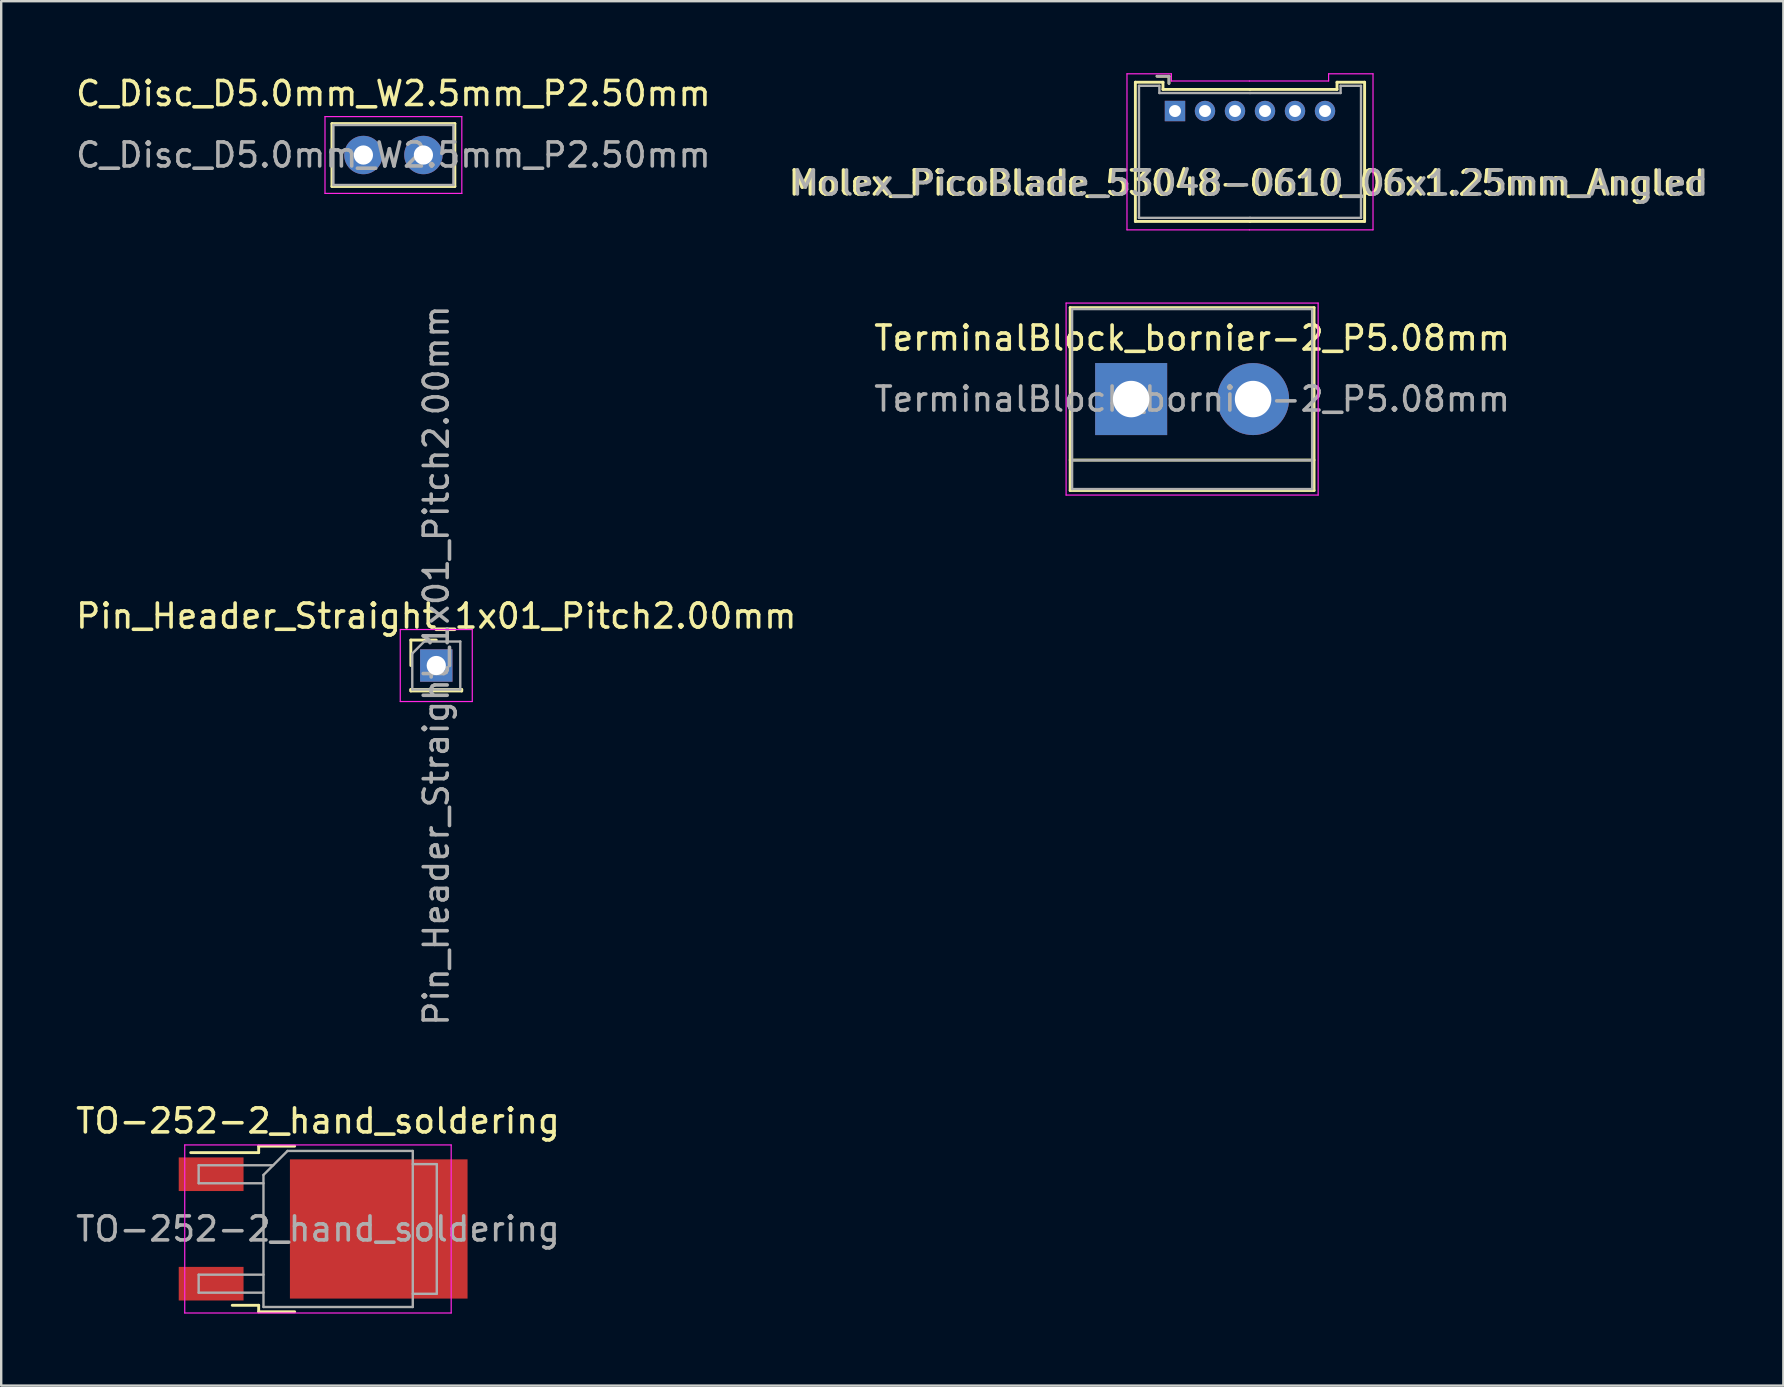
<source format=kicad_pcb>
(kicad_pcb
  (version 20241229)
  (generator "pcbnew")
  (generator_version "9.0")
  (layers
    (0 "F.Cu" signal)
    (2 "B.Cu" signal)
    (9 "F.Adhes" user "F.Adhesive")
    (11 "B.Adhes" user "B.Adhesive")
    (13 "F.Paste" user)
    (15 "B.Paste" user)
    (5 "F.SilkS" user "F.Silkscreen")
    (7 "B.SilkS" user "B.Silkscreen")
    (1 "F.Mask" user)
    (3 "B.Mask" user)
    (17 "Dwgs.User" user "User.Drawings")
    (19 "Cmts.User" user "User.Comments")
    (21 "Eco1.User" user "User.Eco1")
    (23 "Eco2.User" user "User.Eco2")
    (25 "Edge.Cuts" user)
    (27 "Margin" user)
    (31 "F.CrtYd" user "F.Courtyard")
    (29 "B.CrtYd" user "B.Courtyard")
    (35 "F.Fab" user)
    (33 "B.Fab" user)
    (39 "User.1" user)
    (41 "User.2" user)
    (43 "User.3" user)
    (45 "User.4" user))
  (footprint "Molex_PicoBlade_53048-0610_06x1.25mm_Angled"
    (layer "F.Cu")
    (at 45.899 1.575)
    (property "Reference" "Molex_PicoBlade_53048-0610_06x1.25mm_Angled" (at 3 3 0) (layer "F.SilkS") (effects (font (size 1 1) (thickness 0.15))))
    (attr through_hole)
    (fp_line (start -1.65 -1.2) (end -1.65 4.6) (stroke (width 0.12) (type solid)) (layer "F.SilkS"))
    (fp_line (start -1.65 4.6) (end 3.125 4.6) (stroke (width 0.12) (type solid)) (layer "F.SilkS"))
    (fp_line (start -0.5 -1.2) (end -1.65 -1.2) (stroke (width 0.12) (type solid)) (layer "F.SilkS"))
    (fp_line (start -0.5 -0.9) (end -0.5 -1.2) (stroke (width 0.12) (type solid)) (layer "F.SilkS"))
    (fp_line (start -0.25 -1.45) (end -0.75 -1.45) (stroke (width 0.12) (type solid)) (layer "F.SilkS"))
    (fp_line (start -0.25 -1.15) (end -0.25 -1.45) (stroke (width 0.12) (type solid)) (layer "F.SilkS"))
    (fp_line (start 3.125 -0.9) (end -0.5 -0.9) (stroke (width 0.12) (type solid)) (layer "F.SilkS"))
    (fp_line (start 3.125 -0.9) (end 6.75 -0.9) (stroke (width 0.12) (type solid)) (layer "F.SilkS"))
    (fp_line (start 6.75 -1.2) (end 7.9 -1.2) (stroke (width 0.12) (type solid)) (layer "F.SilkS"))
    (fp_line (start 6.75 -0.9) (end 6.75 -1.2) (stroke (width 0.12) (type solid)) (layer "F.SilkS"))
    (fp_line (start 7.9 -1.2) (end 7.9 4.6) (stroke (width 0.12) (type solid)) (layer "F.SilkS"))
    (fp_line (start 7.9 4.6) (end 3.125 4.6) (stroke (width 0.12) (type solid)) (layer "F.SilkS"))
    (fp_line (start -2 -1.55) (end -2 4.95) (stroke (width 0.05) (type solid)) (layer "F.CrtYd"))
    (fp_line (start -2 4.95) (end 3.1 4.95) (stroke (width 0.05) (type solid)) (layer "F.CrtYd"))
    (fp_line (start -0.15 -1.55) (end -2 -1.55) (stroke (width 0.05) (type solid)) (layer "F.CrtYd"))
    (fp_line (start -0.15 -1.25) (end -0.15 -1.55) (stroke (width 0.05) (type solid)) (layer "F.CrtYd"))
    (fp_line (start 3.1 -1.25) (end -0.15 -1.25) (stroke (width 0.05) (type solid)) (layer "F.CrtYd"))
    (fp_line (start 3.1 -1.25) (end 6.4 -1.25) (stroke (width 0.05) (type solid)) (layer "F.CrtYd"))
    (fp_line (start 6.4 -1.55) (end 8.25 -1.55) (stroke (width 0.05) (type solid)) (layer "F.CrtYd"))
    (fp_line (start 6.4 -1.25) (end 6.4 -1.55) (stroke (width 0.05) (type solid)) (layer "F.CrtYd"))
    (fp_line (start 8.25 -1.55) (end 8.25 4.95) (stroke (width 0.05) (type solid)) (layer "F.CrtYd"))
    (fp_line (start 8.25 4.95) (end 3.1 4.95) (stroke (width 0.05) (type solid)) (layer "F.CrtYd"))
    (fp_line (start -1.5 -1.05) (end -1.5 4.45) (stroke (width 0.1) (type solid)) (layer "F.Fab"))
    (fp_line (start -1.5 4.45) (end 3.125 4.45) (stroke (width 0.1) (type solid)) (layer "F.Fab"))
    (fp_line (start -0.65 -1.05) (end -1.5 -1.05) (stroke (width 0.1) (type solid)) (layer "F.Fab"))
    (fp_line (start -0.65 -0.75) (end -0.65 -1.05) (stroke (width 0.1) (type solid)) (layer "F.Fab"))
    (fp_line (start -0.25 -1.45) (end -0.75 -1.45) (stroke (width 0.1) (type solid)) (layer "F.Fab"))
    (fp_line (start -0.25 -1.15) (end -0.25 -1.45) (stroke (width 0.1) (type solid)) (layer "F.Fab"))
    (fp_line (start 3.125 -0.75) (end -0.65 -0.75) (stroke (width 0.1) (type solid)) (layer "F.Fab"))
    (fp_line (start 3.125 -0.75) (end 6.9 -0.75) (stroke (width 0.1) (type solid)) (layer "F.Fab"))
    (fp_line (start 6.9 -1.05) (end 7.75 -1.05) (stroke (width 0.1) (type solid)) (layer "F.Fab"))
    (fp_line (start 6.9 -0.75) (end 6.9 -1.05) (stroke (width 0.1) (type solid)) (layer "F.Fab"))
    (fp_line (start 7.75 -1.05) (end 7.75 4.45) (stroke (width 0.1) (type solid)) (layer "F.Fab"))
    (fp_line (start 7.75 4.45) (end 3.125 4.45) (stroke (width 0.1) (type solid)) (layer "F.Fab"))
    (fp_text user "${REFERENCE}" (at 3.125 3 0) (layer "F.Fab") (effects (font (size 1 1) (thickness 0.15))))
    (pad "1" thru_hole rect (at 0 0) (size 0.85 0.85) (drill 0.5) (layers "*.Cu" "*.Mask"))
    (pad "2" thru_hole circle (at 1.25 0) (size 0.85 0.85) (drill 0.5) (layers "*.Cu" "*.Mask"))
    (pad "3" thru_hole circle (at 2.5 0) (size 0.85 0.85) (drill 0.5) (layers "*.Cu" "*.Mask"))
    (pad "4" thru_hole circle (at 3.75 0) (size 0.85 0.85) (drill 0.5) (layers "*.Cu" "*.Mask"))
    (pad "5" thru_hole circle (at 5 0) (size 0.85 0.85) (drill 0.5) (layers "*.Cu" "*.Mask"))
    (pad "6" thru_hole circle (at 6.25 0) (size 0.85 0.85) (drill 0.5) (layers "*.Cu" "*.Mask")))
  (footprint "C_Disc_D5.0mm_W2.5mm_P2.50mm"
    (layer "F.Cu")
    (at 12.089 3.408)
    (property "Reference" "C_Disc_D5.0mm_W2.5mm_P2.50mm" (at 1.25 -2.56 0) (layer "F.SilkS") (effects (font (size 1 1) (thickness 0.15))))
    (attr through_hole)
    (fp_line (start -1.31 -1.31) (end -1.31 1.31) (stroke (width 0.12) (type solid)) (layer "F.SilkS"))
    (fp_line (start -1.31 -1.31) (end 3.81 -1.31) (stroke (width 0.12) (type solid)) (layer "F.SilkS"))
    (fp_line (start -1.31 1.31) (end 3.81 1.31) (stroke (width 0.12) (type solid)) (layer "F.SilkS"))
    (fp_line (start 3.81 -1.31) (end 3.81 1.31) (stroke (width 0.12) (type solid)) (layer "F.SilkS"))
    (fp_line (start -1.6 -1.6) (end -1.6 1.6) (stroke (width 0.05) (type solid)) (layer "F.CrtYd"))
    (fp_line (start -1.6 1.6) (end 4.1 1.6) (stroke (width 0.05) (type solid)) (layer "F.CrtYd"))
    (fp_line (start 4.1 -1.6) (end -1.6 -1.6) (stroke (width 0.05) (type solid)) (layer "F.CrtYd"))
    (fp_line (start 4.1 1.6) (end 4.1 -1.6) (stroke (width 0.05) (type solid)) (layer "F.CrtYd"))
    (fp_line (start -1.25 -1.25) (end -1.25 1.25) (stroke (width 0.1) (type solid)) (layer "F.Fab"))
    (fp_line (start -1.25 1.25) (end 3.75 1.25) (stroke (width 0.1) (type solid)) (layer "F.Fab"))
    (fp_line (start 3.75 -1.25) (end -1.25 -1.25) (stroke (width 0.1) (type solid)) (layer "F.Fab"))
    (fp_line (start 3.75 1.25) (end 3.75 -1.25) (stroke (width 0.1) (type solid)) (layer "F.Fab"))
    (fp_text user "${REFERENCE}" (at 1.25 0 0) (layer "F.Fab") (effects (font (size 1 1) (thickness 0.15))))
    (pad "1" thru_hole circle (at 0 0) (size 1.6 1.6) (drill 0.8) (layers "*.Cu" "*.Mask"))
    (pad "2" thru_hole circle (at 2.5 0) (size 1.6 1.6) (drill 0.8) (layers "*.Cu" "*.Mask")))
  (footprint "Pin_Header_Straight_1x01_Pitch2.00mm"
    (layer "F.Cu")
    (at 15.125 24.675)
    (property "Reference" "Pin_Header_Straight_1x01_Pitch2.00mm" (at 0 -2.06 0) (layer "F.SilkS") (effects (font (size 1 1) (thickness 0.15))))
    (attr through_hole)
    (fp_line (start -1.06 -1.06) (end 0 -1.06) (stroke (width 0.12) (type solid)) (layer "F.SilkS"))
    (fp_line (start -1.06 0) (end -1.06 -1.06) (stroke (width 0.12) (type solid)) (layer "F.SilkS"))
    (fp_line (start -1.06 1) (end -1.06 1.06) (stroke (width 0.12) (type solid)) (layer "F.SilkS"))
    (fp_line (start -1.06 1) (end 1.06 1) (stroke (width 0.12) (type solid)) (layer "F.SilkS"))
    (fp_line (start -1.06 1.06) (end 1.06 1.06) (stroke (width 0.12) (type solid)) (layer "F.SilkS"))
    (fp_line (start 1.06 1) (end 1.06 1.06) (stroke (width 0.12) (type solid)) (layer "F.SilkS"))
    (fp_line (start -1.5 -1.5) (end -1.5 1.5) (stroke (width 0.05) (type solid)) (layer "F.CrtYd"))
    (fp_line (start -1.5 1.5) (end 1.5 1.5) (stroke (width 0.05) (type solid)) (layer "F.CrtYd"))
    (fp_line (start 1.5 -1.5) (end -1.5 -1.5) (stroke (width 0.05) (type solid)) (layer "F.CrtYd"))
    (fp_line (start 1.5 1.5) (end 1.5 -1.5) (stroke (width 0.05) (type solid)) (layer "F.CrtYd"))
    (fp_line (start -1 -0.5) (end -0.5 -1) (stroke (width 0.1) (type solid)) (layer "F.Fab"))
    (fp_line (start -1 1) (end -1 -0.5) (stroke (width 0.1) (type solid)) (layer "F.Fab"))
    (fp_line (start -0.5 -1) (end 1 -1) (stroke (width 0.1) (type solid)) (layer "F.Fab"))
    (fp_line (start 1 -1) (end 1 1) (stroke (width 0.1) (type solid)) (layer "F.Fab"))
    (fp_line (start 1 1) (end -1 1) (stroke (width 0.1) (type solid)) (layer "F.Fab"))
    (fp_text user "${REFERENCE}" (at 0 0 90) (layer "F.Fab") (effects (font (size 1 1) (thickness 0.15))))
    (pad "1" thru_hole rect (at 0 0) (size 1.35 1.35) (drill 0.8) (layers "*.Cu" "*.Mask")))
  (footprint "TO-252-2_hand_soldering"
    (layer "F.Cu")
    (at 10.196 48.148)
    (property "Reference" "TO-252-2_hand_soldering" (at 0 -4.5 0) (layer "F.SilkS") (effects (font (size 1 1) (thickness 0.15))))
    (attr smd)
    (fp_line (start -2.47 -3.45) (end -2.47 -3.18) (stroke (width 0.12) (type solid)) (layer "F.SilkS"))
    (fp_line (start -2.47 -3.18) (end -5.3 -3.18) (stroke (width 0.12) (type solid)) (layer "F.SilkS"))
    (fp_line (start -2.47 3.18) (end -3.57 3.18) (stroke (width 0.12) (type solid)) (layer "F.SilkS"))
    (fp_line (start -2.47 3.45) (end -2.47 3.18) (stroke (width 0.12) (type solid)) (layer "F.SilkS"))
    (fp_line (start -0.97 -3.45) (end -2.47 -3.45) (stroke (width 0.12) (type solid)) (layer "F.SilkS"))
    (fp_line (start -0.97 3.45) (end -2.47 3.45) (stroke (width 0.12) (type solid)) (layer "F.SilkS"))
    (fp_line (start -5.55 -3.5) (end -5.55 3.5) (stroke (width 0.05) (type solid)) (layer "F.CrtYd"))
    (fp_line (start -5.55 3.5) (end 5.55 3.5) (stroke (width 0.05) (type solid)) (layer "F.CrtYd"))
    (fp_line (start 5.55 -3.5) (end -5.55 -3.5) (stroke (width 0.05) (type solid)) (layer "F.CrtYd"))
    (fp_line (start 5.55 3.5) (end 5.55 -3.5) (stroke (width 0.05) (type solid)) (layer "F.CrtYd"))
    (fp_line (start -4.97 -2.655) (end -4.97 -1.905) (stroke (width 0.1) (type solid)) (layer "F.Fab"))
    (fp_line (start -4.97 -1.905) (end -2.27 -1.905) (stroke (width 0.1) (type solid)) (layer "F.Fab"))
    (fp_line (start -4.97 1.905) (end -4.97 2.655) (stroke (width 0.1) (type solid)) (layer "F.Fab"))
    (fp_line (start -4.97 2.655) (end -2.27 2.655) (stroke (width 0.1) (type solid)) (layer "F.Fab"))
    (fp_line (start -2.27 -2.25) (end -1.27 -3.25) (stroke (width 0.1) (type solid)) (layer "F.Fab"))
    (fp_line (start -2.27 1.905) (end -4.97 1.905) (stroke (width 0.1) (type solid)) (layer "F.Fab"))
    (fp_line (start -2.27 3.25) (end -2.27 -2.25) (stroke (width 0.1) (type solid)) (layer "F.Fab"))
    (fp_line (start -1.865 -2.655) (end -4.97 -2.655) (stroke (width 0.1) (type solid)) (layer "F.Fab"))
    (fp_line (start -1.27 -3.25) (end 3.95 -3.25) (stroke (width 0.1) (type solid)) (layer "F.Fab"))
    (fp_line (start 3.95 -3.25) (end 3.95 3.25) (stroke (width 0.1) (type solid)) (layer "F.Fab"))
    (fp_line (start 3.95 -2.7) (end 4.95 -2.7) (stroke (width 0.1) (type solid)) (layer "F.Fab"))
    (fp_line (start 3.95 3.25) (end -2.27 3.25) (stroke (width 0.1) (type solid)) (layer "F.Fab"))
    (fp_line (start 4.95 -2.7) (end 4.95 2.7) (stroke (width 0.1) (type solid)) (layer "F.Fab"))
    (fp_line (start 4.95 2.7) (end 3.95 2.7) (stroke (width 0.1) (type solid)) (layer "F.Fab"))
    (fp_text user "${REFERENCE}" (at 0 0 0) (layer "F.Fab") (effects (font (size 1 1) (thickness 0.15))))
    (pad "1" smd rect (at -4.45 -2.28) (size 2.7 1.4) (layers "F.Cu" "F.Mask" "F.Paste"))
    (pad "2" smd rect (at 2.532 0) (size 7.4 5.8) (layers "F.Cu" "F.Mask"))
    (pad "3" smd rect (at -4.45 2.28) (size 2.7 1.4) (layers "F.Cu" "F.Mask" "F.Paste")))
  (footprint "TerminalBlock_bornier-2_P5.08mm"
    (layer "F.Cu")
    (at 44.073 13.575)
    (property "Reference" "TerminalBlock_bornier-2_P5.08mm" (at 2.54 -2.54 0) (layer "F.SilkS") (effects (font (size 1 1) (thickness 0.15))))
    (attr through_hole)
    (fp_line (start -2.54 -3.81) (end -2.54 3.81) (stroke (width 0.12) (type solid)) (layer "F.SilkS"))
    (fp_line (start -2.54 3.81) (end 7.62 3.81) (stroke (width 0.12) (type solid)) (layer "F.SilkS"))
    (fp_line (start 7.62 -3.81) (end -2.54 -3.81) (stroke (width 0.12) (type solid)) (layer "F.SilkS"))
    (fp_line (start 7.62 2.54) (end -2.54 2.54) (stroke (width 0.12) (type solid)) (layer "F.SilkS"))
    (fp_line (start 7.62 3.81) (end 7.62 -3.81) (stroke (width 0.12) (type solid)) (layer "F.SilkS"))
    (fp_line (start -2.71 -4) (end -2.71 4) (stroke (width 0.05) (type solid)) (layer "F.CrtYd"))
    (fp_line (start -2.71 -4) (end 7.79 -4) (stroke (width 0.05) (type solid)) (layer "F.CrtYd"))
    (fp_line (start 7.79 4) (end -2.71 4) (stroke (width 0.05) (type solid)) (layer "F.CrtYd"))
    (fp_line (start 7.79 4) (end 7.79 -4) (stroke (width 0.05) (type solid)) (layer "F.CrtYd"))
    (fp_line (start -2.46 -3.75) (end -2.46 3.75) (stroke (width 0.1) (type solid)) (layer "F.Fab"))
    (fp_line (start -2.46 3.75) (end 7.54 3.75) (stroke (width 0.1) (type solid)) (layer "F.Fab"))
    (fp_line (start -2.41 2.55) (end 7.49 2.55) (stroke (width 0.1) (type solid)) (layer "F.Fab"))
    (fp_line (start 7.54 -3.75) (end -2.46 -3.75) (stroke (width 0.1) (type solid)) (layer "F.Fab"))
    (fp_line (start 7.54 3.75) (end 7.54 -3.75) (stroke (width 0.1) (type solid)) (layer "F.Fab"))
    (fp_text user "${REFERENCE}" (at 2.54 0 0) (layer "F.Fab") (effects (font (size 1 1) (thickness 0.15))))
    (pad "1" thru_hole rect (at 0 0) (size 3 3) (drill 1.52) (layers "*.Cu" "*.Mask"))
    (pad "2" thru_hole circle (at 5.08 0) (size 3 3) (drill 1.52) (layers "*.Cu" "*.Mask")))
  (gr_rect
    (start -3 -3)
    (end 71.244 54.673)
    (stroke (width 0.1) (type default))
    (fill no)
    (layer "Edge.Cuts")))
</source>
